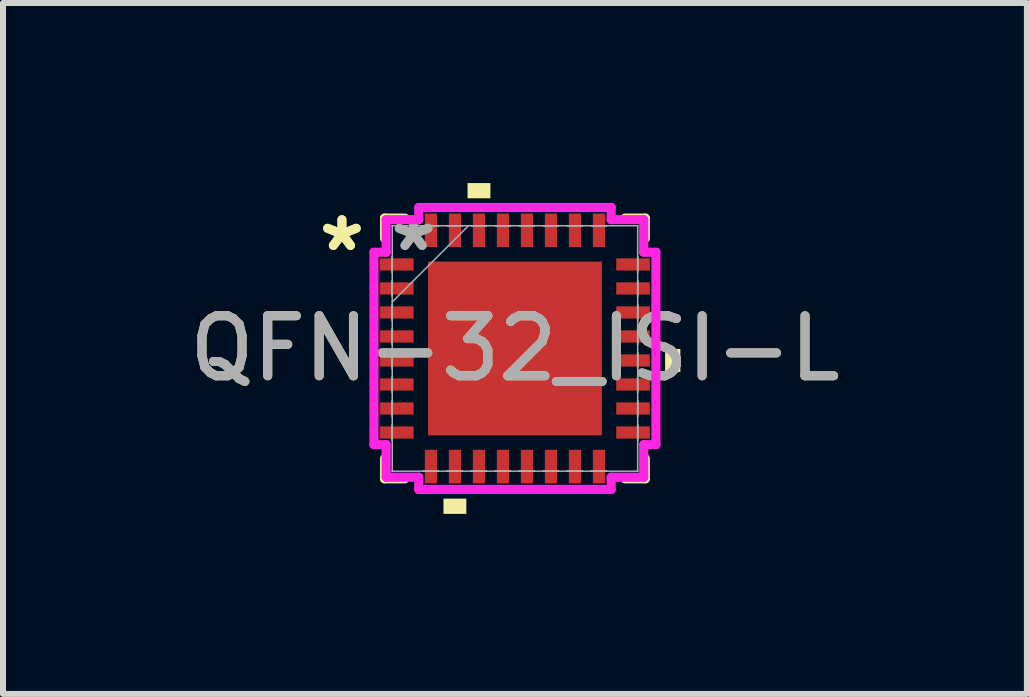
<source format=kicad_pcb>
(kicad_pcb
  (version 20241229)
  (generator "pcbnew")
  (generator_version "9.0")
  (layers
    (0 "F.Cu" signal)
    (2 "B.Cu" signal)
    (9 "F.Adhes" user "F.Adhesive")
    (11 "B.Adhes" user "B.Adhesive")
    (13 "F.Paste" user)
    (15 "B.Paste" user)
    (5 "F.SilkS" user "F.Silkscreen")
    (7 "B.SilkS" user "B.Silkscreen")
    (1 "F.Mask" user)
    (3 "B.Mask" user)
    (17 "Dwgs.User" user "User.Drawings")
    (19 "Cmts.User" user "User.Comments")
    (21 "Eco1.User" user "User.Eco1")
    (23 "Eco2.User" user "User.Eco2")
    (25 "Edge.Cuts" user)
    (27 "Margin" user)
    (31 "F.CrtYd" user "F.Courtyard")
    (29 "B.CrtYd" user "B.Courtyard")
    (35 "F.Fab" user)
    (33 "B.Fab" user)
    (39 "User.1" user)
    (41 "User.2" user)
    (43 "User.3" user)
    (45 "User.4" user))
  (footprint "QFN-32_ISI-L"
    (layer "F.Cu")
    (at 5.53 2.756)
    (property "Reference" "QFN-32_ISI-L" (at 0 0 0) (unlocked yes) (layer "F.SilkS") (effects (font (size 1 1) (thickness 0.15))))
    (attr smd)
    (fp_line (start -2.172 -2.172) (end -2.172 -1.834) (stroke (width 0.152) (type solid)) (layer "F.SilkS"))
    (fp_line (start -2.172 1.834) (end -2.172 2.172) (stroke (width 0.152) (type solid)) (layer "F.SilkS"))
    (fp_line (start -2.172 2.172) (end -1.834 2.172) (stroke (width 0.152) (type solid)) (layer "F.SilkS"))
    (fp_line (start -1.834 -2.172) (end -2.172 -2.172) (stroke (width 0.152) (type solid)) (layer "F.SilkS"))
    (fp_line (start 1.834 2.172) (end 2.172 2.172) (stroke (width 0.152) (type solid)) (layer "F.SilkS"))
    (fp_line (start 2.172 -2.172) (end 1.834 -2.172) (stroke (width 0.152) (type solid)) (layer "F.SilkS"))
    (fp_line (start 2.172 -1.834) (end 2.172 -2.172) (stroke (width 0.152) (type solid)) (layer "F.SilkS"))
    (fp_line (start 2.172 2.172) (end 2.172 1.834) (stroke (width 0.152) (type solid)) (layer "F.SilkS"))
    (fp_poly (pts (xy -1.191 2.502) (xy -1.191 2.756) (xy -0.81 2.756) (xy -0.81 2.502)) (stroke (width 0) (type solid)) (fill yes) (layer "F.SilkS"))
    (fp_poly (pts (xy -0.79 -2.502) (xy -0.79 -2.756) (xy -0.409 -2.756) (xy -0.409 -2.502)) (stroke (width 0) (type solid)) (fill yes) (layer "F.SilkS"))
    (fp_poly (pts (xy 2.756 0.009) (xy 2.756 0.391) (xy 2.502 0.391) (xy 2.502 0.009)) (stroke (width 0) (type solid)) (fill yes) (layer "F.SilkS"))
    (fp_poly (pts (xy -1.348 -1.348) (xy -1.348 -0.1) (xy -0.1 -0.1) (xy -0.1 -1.348)) (stroke (width 0) (type solid)) (fill yes) (layer "F.Paste"))
    (fp_poly (pts (xy -1.348 0.1) (xy -1.348 1.348) (xy -0.1 1.348) (xy -0.1 0.1)) (stroke (width 0) (type solid)) (fill yes) (layer "F.Paste"))
    (fp_poly (pts (xy 0.1 -1.348) (xy 0.1 -0.1) (xy 1.348 -0.1) (xy 1.348 -1.348)) (stroke (width 0) (type solid)) (fill yes) (layer "F.Paste"))
    (fp_poly (pts (xy 0.1 0.1) (xy 0.1 1.348) (xy 1.348 1.348) (xy 1.348 0.1)) (stroke (width 0) (type solid)) (fill yes) (layer "F.Paste"))
    (fp_line (start -2.349 -1.603) (end -2.146 -1.603) (stroke (width 0.152) (type solid)) (layer "F.CrtYd"))
    (fp_line (start -2.349 1.603) (end -2.349 -1.603) (stroke (width 0.152) (type solid)) (layer "F.CrtYd"))
    (fp_line (start -2.146 -2.146) (end -1.603 -2.146) (stroke (width 0.152) (type solid)) (layer "F.CrtYd"))
    (fp_line (start -2.146 -1.603) (end -2.146 -2.146) (stroke (width 0.152) (type solid)) (layer "F.CrtYd"))
    (fp_line (start -2.146 1.603) (end -2.349 1.603) (stroke (width 0.152) (type solid)) (layer "F.CrtYd"))
    (fp_line (start -2.146 2.146) (end -2.146 1.603) (stroke (width 0.152) (type solid)) (layer "F.CrtYd"))
    (fp_line (start -1.603 -2.349) (end 1.603 -2.349) (stroke (width 0.152) (type solid)) (layer "F.CrtYd"))
    (fp_line (start -1.603 -2.146) (end -1.603 -2.349) (stroke (width 0.152) (type solid)) (layer "F.CrtYd"))
    (fp_line (start -1.603 2.146) (end -2.146 2.146) (stroke (width 0.152) (type solid)) (layer "F.CrtYd"))
    (fp_line (start -1.603 2.349) (end -1.603 2.146) (stroke (width 0.152) (type solid)) (layer "F.CrtYd"))
    (fp_line (start 1.603 -2.349) (end 1.603 -2.146) (stroke (width 0.152) (type solid)) (layer "F.CrtYd"))
    (fp_line (start 1.603 -2.146) (end 2.146 -2.146) (stroke (width 0.152) (type solid)) (layer "F.CrtYd"))
    (fp_line (start 1.603 2.146) (end 1.603 2.349) (stroke (width 0.152) (type solid)) (layer "F.CrtYd"))
    (fp_line (start 1.603 2.349) (end -1.603 2.349) (stroke (width 0.152) (type solid)) (layer "F.CrtYd"))
    (fp_line (start 2.146 -2.146) (end 2.146 -1.603) (stroke (width 0.152) (type solid)) (layer "F.CrtYd"))
    (fp_line (start 2.146 -1.603) (end 2.349 -1.603) (stroke (width 0.152) (type solid)) (layer "F.CrtYd"))
    (fp_line (start 2.146 1.603) (end 2.146 2.146) (stroke (width 0.152) (type solid)) (layer "F.CrtYd"))
    (fp_line (start 2.146 2.146) (end 1.603 2.146) (stroke (width 0.152) (type solid)) (layer "F.CrtYd"))
    (fp_line (start 2.349 -1.603) (end 2.349 1.603) (stroke (width 0.152) (type solid)) (layer "F.CrtYd"))
    (fp_line (start 2.349 1.603) (end 2.146 1.603) (stroke (width 0.152) (type solid)) (layer "F.CrtYd"))
    (fp_line (start -2.045 -2.045) (end -2.045 -2.045) (stroke (width 0.025) (type solid)) (layer "F.Fab"))
    (fp_line (start -2.045 -2.045) (end -2.045 2.045) (stroke (width 0.025) (type solid)) (layer "F.Fab"))
    (fp_line (start -2.045 -1.527) (end -2.045 -1.527) (stroke (width 0.025) (type solid)) (layer "F.Fab"))
    (fp_line (start -2.045 -1.527) (end -2.045 -1.273) (stroke (width 0.025) (type solid)) (layer "F.Fab"))
    (fp_line (start -2.045 -1.273) (end -2.045 -1.527) (stroke (width 0.025) (type solid)) (layer "F.Fab"))
    (fp_line (start -2.045 -1.273) (end -2.045 -1.273) (stroke (width 0.025) (type solid)) (layer "F.Fab"))
    (fp_line (start -2.045 -1.127) (end -2.045 -1.127) (stroke (width 0.025) (type solid)) (layer "F.Fab"))
    (fp_line (start -2.045 -1.127) (end -2.045 -0.873) (stroke (width 0.025) (type solid)) (layer "F.Fab"))
    (fp_line (start -2.045 -0.873) (end -2.045 -1.127) (stroke (width 0.025) (type solid)) (layer "F.Fab"))
    (fp_line (start -2.045 -0.873) (end -2.045 -0.873) (stroke (width 0.025) (type solid)) (layer "F.Fab"))
    (fp_line (start -2.045 -0.775) (end -0.775 -2.045) (stroke (width 0.025) (type solid)) (layer "F.Fab"))
    (fp_line (start -2.045 -0.727) (end -2.045 -0.727) (stroke (width 0.025) (type solid)) (layer "F.Fab"))
    (fp_line (start -2.045 -0.727) (end -2.045 -0.473) (stroke (width 0.025) (type solid)) (layer "F.Fab"))
    (fp_line (start -2.045 -0.473) (end -2.045 -0.727) (stroke (width 0.025) (type solid)) (layer "F.Fab"))
    (fp_line (start -2.045 -0.473) (end -2.045 -0.473) (stroke (width 0.025) (type solid)) (layer "F.Fab"))
    (fp_line (start -2.045 -0.327) (end -2.045 -0.327) (stroke (width 0.025) (type solid)) (layer "F.Fab"))
    (fp_line (start -2.045 -0.327) (end -2.045 -0.073) (stroke (width 0.025) (type solid)) (layer "F.Fab"))
    (fp_line (start -2.045 -0.073) (end -2.045 -0.327) (stroke (width 0.025) (type solid)) (layer "F.Fab"))
    (fp_line (start -2.045 -0.073) (end -2.045 -0.073) (stroke (width 0.025) (type solid)) (layer "F.Fab"))
    (fp_line (start -2.045 0.073) (end -2.045 0.073) (stroke (width 0.025) (type solid)) (layer "F.Fab"))
    (fp_line (start -2.045 0.073) (end -2.045 0.327) (stroke (width 0.025) (type solid)) (layer "F.Fab"))
    (fp_line (start -2.045 0.327) (end -2.045 0.073) (stroke (width 0.025) (type solid)) (layer "F.Fab"))
    (fp_line (start -2.045 0.327) (end -2.045 0.327) (stroke (width 0.025) (type solid)) (layer "F.Fab"))
    (fp_line (start -2.045 0.473) (end -2.045 0.473) (stroke (width 0.025) (type solid)) (layer "F.Fab"))
    (fp_line (start -2.045 0.473) (end -2.045 0.727) (stroke (width 0.025) (type solid)) (layer "F.Fab"))
    (fp_line (start -2.045 0.727) (end -2.045 0.473) (stroke (width 0.025) (type solid)) (layer "F.Fab"))
    (fp_line (start -2.045 0.727) (end -2.045 0.727) (stroke (width 0.025) (type solid)) (layer "F.Fab"))
    (fp_line (start -2.045 0.873) (end -2.045 0.873) (stroke (width 0.025) (type solid)) (layer "F.Fab"))
    (fp_line (start -2.045 0.873) (end -2.045 1.127) (stroke (width 0.025) (type solid)) (layer "F.Fab"))
    (fp_line (start -2.045 1.127) (end -2.045 0.873) (stroke (width 0.025) (type solid)) (layer "F.Fab"))
    (fp_line (start -2.045 1.127) (end -2.045 1.127) (stroke (width 0.025) (type solid)) (layer "F.Fab"))
    (fp_line (start -2.045 1.273) (end -2.045 1.273) (stroke (width 0.025) (type solid)) (layer "F.Fab"))
    (fp_line (start -2.045 1.273) (end -2.045 1.527) (stroke (width 0.025) (type solid)) (layer "F.Fab"))
    (fp_line (start -2.045 1.527) (end -2.045 1.273) (stroke (width 0.025) (type solid)) (layer "F.Fab"))
    (fp_line (start -2.045 1.527) (end -2.045 1.527) (stroke (width 0.025) (type solid)) (layer "F.Fab"))
    (fp_line (start -2.045 2.045) (end -2.045 2.045) (stroke (width 0.025) (type solid)) (layer "F.Fab"))
    (fp_line (start -2.045 2.045) (end 2.045 2.045) (stroke (width 0.025) (type solid)) (layer "F.Fab"))
    (fp_line (start -1.527 -2.045) (end -1.527 -2.045) (stroke (width 0.025) (type solid)) (layer "F.Fab"))
    (fp_line (start -1.527 -2.045) (end -1.273 -2.045) (stroke (width 0.025) (type solid)) (layer "F.Fab"))
    (fp_line (start -1.527 2.045) (end -1.527 2.045) (stroke (width 0.025) (type solid)) (layer "F.Fab"))
    (fp_line (start -1.527 2.045) (end -1.273 2.045) (stroke (width 0.025) (type solid)) (layer "F.Fab"))
    (fp_line (start -1.273 -2.045) (end -1.527 -2.045) (stroke (width 0.025) (type solid)) (layer "F.Fab"))
    (fp_line (start -1.273 -2.045) (end -1.273 -2.045) (stroke (width 0.025) (type solid)) (layer "F.Fab"))
    (fp_line (start -1.273 2.045) (end -1.527 2.045) (stroke (width 0.025) (type solid)) (layer "F.Fab"))
    (fp_line (start -1.273 2.045) (end -1.273 2.045) (stroke (width 0.025) (type solid)) (layer "F.Fab"))
    (fp_line (start -1.127 -2.045) (end -1.127 -2.045) (stroke (width 0.025) (type solid)) (layer "F.Fab"))
    (fp_line (start -1.127 -2.045) (end -0.873 -2.045) (stroke (width 0.025) (type solid)) (layer "F.Fab"))
    (fp_line (start -1.127 2.045) (end -1.127 2.045) (stroke (width 0.025) (type solid)) (layer "F.Fab"))
    (fp_line (start -1.127 2.045) (end -0.873 2.045) (stroke (width 0.025) (type solid)) (layer "F.Fab"))
    (fp_line (start -0.873 -2.045) (end -1.127 -2.045) (stroke (width 0.025) (type solid)) (layer "F.Fab"))
    (fp_line (start -0.873 -2.045) (end -0.873 -2.045) (stroke (width 0.025) (type solid)) (layer "F.Fab"))
    (fp_line (start -0.873 2.045) (end -1.127 2.045) (stroke (width 0.025) (type solid)) (layer "F.Fab"))
    (fp_line (start -0.873 2.045) (end -0.873 2.045) (stroke (width 0.025) (type solid)) (layer "F.Fab"))
    (fp_line (start -0.727 -2.045) (end -0.727 -2.045) (stroke (width 0.025) (type solid)) (layer "F.Fab"))
    (fp_line (start -0.727 -2.045) (end -0.473 -2.045) (stroke (width 0.025) (type solid)) (layer "F.Fab"))
    (fp_line (start -0.727 2.045) (end -0.727 2.045) (stroke (width 0.025) (type solid)) (layer "F.Fab"))
    (fp_line (start -0.727 2.045) (end -0.473 2.045) (stroke (width 0.025) (type solid)) (layer "F.Fab"))
    (fp_line (start -0.473 -2.045) (end -0.727 -2.045) (stroke (width 0.025) (type solid)) (layer "F.Fab"))
    (fp_line (start -0.473 -2.045) (end -0.473 -2.045) (stroke (width 0.025) (type solid)) (layer "F.Fab"))
    (fp_line (start -0.473 2.045) (end -0.727 2.045) (stroke (width 0.025) (type solid)) (layer "F.Fab"))
    (fp_line (start -0.473 2.045) (end -0.473 2.045) (stroke (width 0.025) (type solid)) (layer "F.Fab"))
    (fp_line (start -0.327 -2.045) (end -0.327 -2.045) (stroke (width 0.025) (type solid)) (layer "F.Fab"))
    (fp_line (start -0.327 -2.045) (end -0.073 -2.045) (stroke (width 0.025) (type solid)) (layer "F.Fab"))
    (fp_line (start -0.327 2.045) (end -0.327 2.045) (stroke (width 0.025) (type solid)) (layer "F.Fab"))
    (fp_line (start -0.327 2.045) (end -0.073 2.045) (stroke (width 0.025) (type solid)) (layer "F.Fab"))
    (fp_line (start -0.073 -2.045) (end -0.327 -2.045) (stroke (width 0.025) (type solid)) (layer "F.Fab"))
    (fp_line (start -0.073 -2.045) (end -0.073 -2.045) (stroke (width 0.025) (type solid)) (layer "F.Fab"))
    (fp_line (start -0.073 2.045) (end -0.327 2.045) (stroke (width 0.025) (type solid)) (layer "F.Fab"))
    (fp_line (start -0.073 2.045) (end -0.073 2.045) (stroke (width 0.025) (type solid)) (layer "F.Fab"))
    (fp_line (start 0.073 -2.045) (end 0.073 -2.045) (stroke (width 0.025) (type solid)) (layer "F.Fab"))
    (fp_line (start 0.073 -2.045) (end 0.327 -2.045) (stroke (width 0.025) (type solid)) (layer "F.Fab"))
    (fp_line (start 0.073 2.045) (end 0.073 2.045) (stroke (width 0.025) (type solid)) (layer "F.Fab"))
    (fp_line (start 0.073 2.045) (end 0.327 2.045) (stroke (width 0.025) (type solid)) (layer "F.Fab"))
    (fp_line (start 0.327 -2.045) (end 0.073 -2.045) (stroke (width 0.025) (type solid)) (layer "F.Fab"))
    (fp_line (start 0.327 -2.045) (end 0.327 -2.045) (stroke (width 0.025) (type solid)) (layer "F.Fab"))
    (fp_line (start 0.327 2.045) (end 0.073 2.045) (stroke (width 0.025) (type solid)) (layer "F.Fab"))
    (fp_line (start 0.327 2.045) (end 0.327 2.045) (stroke (width 0.025) (type solid)) (layer "F.Fab"))
    (fp_line (start 0.473 -2.045) (end 0.473 -2.045) (stroke (width 0.025) (type solid)) (layer "F.Fab"))
    (fp_line (start 0.473 -2.045) (end 0.727 -2.045) (stroke (width 0.025) (type solid)) (layer "F.Fab"))
    (fp_line (start 0.473 2.045) (end 0.473 2.045) (stroke (width 0.025) (type solid)) (layer "F.Fab"))
    (fp_line (start 0.473 2.045) (end 0.727 2.045) (stroke (width 0.025) (type solid)) (layer "F.Fab"))
    (fp_line (start 0.727 -2.045) (end 0.473 -2.045) (stroke (width 0.025) (type solid)) (layer "F.Fab"))
    (fp_line (start 0.727 -2.045) (end 0.727 -2.045) (stroke (width 0.025) (type solid)) (layer "F.Fab"))
    (fp_line (start 0.727 2.045) (end 0.473 2.045) (stroke (width 0.025) (type solid)) (layer "F.Fab"))
    (fp_line (start 0.727 2.045) (end 0.727 2.045) (stroke (width 0.025) (type solid)) (layer "F.Fab"))
    (fp_line (start 0.873 -2.045) (end 0.873 -2.045) (stroke (width 0.025) (type solid)) (layer "F.Fab"))
    (fp_line (start 0.873 -2.045) (end 1.127 -2.045) (stroke (width 0.025) (type solid)) (layer "F.Fab"))
    (fp_line (start 0.873 2.045) (end 0.873 2.045) (stroke (width 0.025) (type solid)) (layer "F.Fab"))
    (fp_line (start 0.873 2.045) (end 1.127 2.045) (stroke (width 0.025) (type solid)) (layer "F.Fab"))
    (fp_line (start 1.127 -2.045) (end 0.873 -2.045) (stroke (width 0.025) (type solid)) (layer "F.Fab"))
    (fp_line (start 1.127 -2.045) (end 1.127 -2.045) (stroke (width 0.025) (type solid)) (layer "F.Fab"))
    (fp_line (start 1.127 2.045) (end 0.873 2.045) (stroke (width 0.025) (type solid)) (layer "F.Fab"))
    (fp_line (start 1.127 2.045) (end 1.127 2.045) (stroke (width 0.025) (type solid)) (layer "F.Fab"))
    (fp_line (start 1.273 -2.045) (end 1.273 -2.045) (stroke (width 0.025) (type solid)) (layer "F.Fab"))
    (fp_line (start 1.273 -2.045) (end 1.527 -2.045) (stroke (width 0.025) (type solid)) (layer "F.Fab"))
    (fp_line (start 1.273 2.045) (end 1.273 2.045) (stroke (width 0.025) (type solid)) (layer "F.Fab"))
    (fp_line (start 1.273 2.045) (end 1.527 2.045) (stroke (width 0.025) (type solid)) (layer "F.Fab"))
    (fp_line (start 1.527 -2.045) (end 1.273 -2.045) (stroke (width 0.025) (type solid)) (layer "F.Fab"))
    (fp_line (start 1.527 -2.045) (end 1.527 -2.045) (stroke (width 0.025) (type solid)) (layer "F.Fab"))
    (fp_line (start 1.527 2.045) (end 1.273 2.045) (stroke (width 0.025) (type solid)) (layer "F.Fab"))
    (fp_line (start 1.527 2.045) (end 1.527 2.045) (stroke (width 0.025) (type solid)) (layer "F.Fab"))
    (fp_line (start 2.045 -2.045) (end -2.045 -2.045) (stroke (width 0.025) (type solid)) (layer "F.Fab"))
    (fp_line (start 2.045 -2.045) (end 2.045 -2.045) (stroke (width 0.025) (type solid)) (layer "F.Fab"))
    (fp_line (start 2.045 -1.527) (end 2.045 -1.527) (stroke (width 0.025) (type solid)) (layer "F.Fab"))
    (fp_line (start 2.045 -1.527) (end 2.045 -1.273) (stroke (width 0.025) (type solid)) (layer "F.Fab"))
    (fp_line (start 2.045 -1.273) (end 2.045 -1.527) (stroke (width 0.025) (type solid)) (layer "F.Fab"))
    (fp_line (start 2.045 -1.273) (end 2.045 -1.273) (stroke (width 0.025) (type solid)) (layer "F.Fab"))
    (fp_line (start 2.045 -1.127) (end 2.045 -1.127) (stroke (width 0.025) (type solid)) (layer "F.Fab"))
    (fp_line (start 2.045 -1.127) (end 2.045 -0.873) (stroke (width 0.025) (type solid)) (layer "F.Fab"))
    (fp_line (start 2.045 -0.873) (end 2.045 -1.127) (stroke (width 0.025) (type solid)) (layer "F.Fab"))
    (fp_line (start 2.045 -0.873) (end 2.045 -0.873) (stroke (width 0.025) (type solid)) (layer "F.Fab"))
    (fp_line (start 2.045 -0.727) (end 2.045 -0.727) (stroke (width 0.025) (type solid)) (layer "F.Fab"))
    (fp_line (start 2.045 -0.727) (end 2.045 -0.473) (stroke (width 0.025) (type solid)) (layer "F.Fab"))
    (fp_line (start 2.045 -0.473) (end 2.045 -0.727) (stroke (width 0.025) (type solid)) (layer "F.Fab"))
    (fp_line (start 2.045 -0.473) (end 2.045 -0.473) (stroke (width 0.025) (type solid)) (layer "F.Fab"))
    (fp_line (start 2.045 -0.327) (end 2.045 -0.327) (stroke (width 0.025) (type solid)) (layer "F.Fab"))
    (fp_line (start 2.045 -0.327) (end 2.045 -0.073) (stroke (width 0.025) (type solid)) (layer "F.Fab"))
    (fp_line (start 2.045 -0.073) (end 2.045 -0.327) (stroke (width 0.025) (type solid)) (layer "F.Fab"))
    (fp_line (start 2.045 -0.073) (end 2.045 -0.073) (stroke (width 0.025) (type solid)) (layer "F.Fab"))
    (fp_line (start 2.045 0.073) (end 2.045 0.073) (stroke (width 0.025) (type solid)) (layer "F.Fab"))
    (fp_line (start 2.045 0.073) (end 2.045 0.327) (stroke (width 0.025) (type solid)) (layer "F.Fab"))
    (fp_line (start 2.045 0.327) (end 2.045 0.073) (stroke (width 0.025) (type solid)) (layer "F.Fab"))
    (fp_line (start 2.045 0.327) (end 2.045 0.327) (stroke (width 0.025) (type solid)) (layer "F.Fab"))
    (fp_line (start 2.045 0.473) (end 2.045 0.473) (stroke (width 0.025) (type solid)) (layer "F.Fab"))
    (fp_line (start 2.045 0.473) (end 2.045 0.727) (stroke (width 0.025) (type solid)) (layer "F.Fab"))
    (fp_line (start 2.045 0.727) (end 2.045 0.473) (stroke (width 0.025) (type solid)) (layer "F.Fab"))
    (fp_line (start 2.045 0.727) (end 2.045 0.727) (stroke (width 0.025) (type solid)) (layer "F.Fab"))
    (fp_line (start 2.045 0.873) (end 2.045 0.873) (stroke (width 0.025) (type solid)) (layer "F.Fab"))
    (fp_line (start 2.045 0.873) (end 2.045 1.127) (stroke (width 0.025) (type solid)) (layer "F.Fab"))
    (fp_line (start 2.045 1.127) (end 2.045 0.873) (stroke (width 0.025) (type solid)) (layer "F.Fab"))
    (fp_line (start 2.045 1.127) (end 2.045 1.127) (stroke (width 0.025) (type solid)) (layer "F.Fab"))
    (fp_line (start 2.045 1.273) (end 2.045 1.273) (stroke (width 0.025) (type solid)) (layer "F.Fab"))
    (fp_line (start 2.045 1.273) (end 2.045 1.527) (stroke (width 0.025) (type solid)) (layer "F.Fab"))
    (fp_line (start 2.045 1.527) (end 2.045 1.273) (stroke (width 0.025) (type solid)) (layer "F.Fab"))
    (fp_line (start 2.045 1.527) (end 2.045 1.527) (stroke (width 0.025) (type solid)) (layer "F.Fab"))
    (fp_line (start 2.045 2.045) (end 2.045 -2.045) (stroke (width 0.025) (type solid)) (layer "F.Fab"))
    (fp_line (start 2.045 2.045) (end 2.045 2.045) (stroke (width 0.025) (type solid)) (layer "F.Fab"))
    (fp_text user "*" (at -2.883 -1.6 0) (unlocked yes) (layer "F.SilkS") (effects (font (size 1 1) (thickness 0.15))))
    (fp_text user "*" (at -2.883 -1.6 0) (layer "F.SilkS") (effects (font (size 1 1) (thickness 0.15))))
    (fp_text user "${REFERENCE}" (at 0 0 0) (unlocked yes) (layer "F.Fab") (effects (font (size 1 1) (thickness 0.15))))
    (fp_text user "*" (at -1.689 -1.6 0) (layer "F.Fab") (effects (font (size 1 1) (thickness 0.15))))
    (fp_text user "*" (at -1.689 -1.6 0) (unlocked yes) (layer "F.Fab") (effects (font (size 1 1) (thickness 0.15))))
    (pad "1" smd rect (at -1.968 -1.4 90) (size 0.203 0.559) (layers "F.Cu" "F.Mask" "F.Paste"))
    (pad "2" smd rect (at -1.968 -1 90) (size 0.203 0.559) (layers "F.Cu" "F.Mask" "F.Paste"))
    (pad "3" smd rect (at -1.968 -0.6 90) (size 0.203 0.559) (layers "F.Cu" "F.Mask" "F.Paste"))
    (pad "4" smd rect (at -1.968 -0.2 90) (size 0.203 0.559) (layers "F.Cu" "F.Mask" "F.Paste"))
    (pad "5" smd rect (at -1.968 0.2 90) (size 0.203 0.559) (layers "F.Cu" "F.Mask" "F.Paste"))
    (pad "6" smd rect (at -1.968 0.6 90) (size 0.203 0.559) (layers "F.Cu" "F.Mask" "F.Paste"))
    (pad "7" smd rect (at -1.968 1 90) (size 0.203 0.559) (layers "F.Cu" "F.Mask" "F.Paste"))
    (pad "8" smd rect (at -1.968 1.4 90) (size 0.203 0.559) (layers "F.Cu" "F.Mask" "F.Paste"))
    (pad "9" smd rect (at -1.4 1.968) (size 0.203 0.559) (layers "F.Cu" "F.Mask" "F.Paste"))
    (pad "10" smd rect (at -1 1.968) (size 0.203 0.559) (layers "F.Cu" "F.Mask" "F.Paste"))
    (pad "11" smd rect (at -0.6 1.968) (size 0.203 0.559) (layers "F.Cu" "F.Mask" "F.Paste"))
    (pad "12" smd rect (at -0.2 1.968) (size 0.203 0.559) (layers "F.Cu" "F.Mask" "F.Paste"))
    (pad "13" smd rect (at 0.2 1.968) (size 0.203 0.559) (layers "F.Cu" "F.Mask" "F.Paste"))
    (pad "14" smd rect (at 0.6 1.968) (size 0.203 0.559) (layers "F.Cu" "F.Mask" "F.Paste"))
    (pad "15" smd rect (at 1 1.968) (size 0.203 0.559) (layers "F.Cu" "F.Mask" "F.Paste"))
    (pad "16" smd rect (at 1.4 1.968) (size 0.203 0.559) (layers "F.Cu" "F.Mask" "F.Paste"))
    (pad "17" smd rect (at 1.968 1.4 90) (size 0.203 0.559) (layers "F.Cu" "F.Mask" "F.Paste"))
    (pad "18" smd rect (at 1.968 1 90) (size 0.203 0.559) (layers "F.Cu" "F.Mask" "F.Paste"))
    (pad "19" smd rect (at 1.968 0.6 90) (size 0.203 0.559) (layers "F.Cu" "F.Mask" "F.Paste"))
    (pad "20" smd rect (at 1.968 0.2 90) (size 0.203 0.559) (layers "F.Cu" "F.Mask" "F.Paste"))
    (pad "21" smd rect (at 1.968 -0.2 90) (size 0.203 0.559) (layers "F.Cu" "F.Mask" "F.Paste"))
    (pad "22" smd rect (at 1.968 -0.6 90) (size 0.203 0.559) (layers "F.Cu" "F.Mask" "F.Paste"))
    (pad "23" smd rect (at 1.968 -1 90) (size 0.203 0.559) (layers "F.Cu" "F.Mask" "F.Paste"))
    (pad "24" smd rect (at 1.968 -1.4 90) (size 0.203 0.559) (layers "F.Cu" "F.Mask" "F.Paste"))
    (pad "25" smd rect (at 1.4 -1.968) (size 0.203 0.559) (layers "F.Cu" "F.Mask" "F.Paste"))
    (pad "26" smd rect (at 1 -1.968) (size 0.203 0.559) (layers "F.Cu" "F.Mask" "F.Paste"))
    (pad "27" smd rect (at 0.6 -1.968) (size 0.203 0.559) (layers "F.Cu" "F.Mask" "F.Paste"))
    (pad "28" smd rect (at 0.2 -1.968) (size 0.203 0.559) (layers "F.Cu" "F.Mask" "F.Paste"))
    (pad "29" smd rect (at -0.2 -1.968) (size 0.203 0.559) (layers "F.Cu" "F.Mask" "F.Paste"))
    (pad "30" smd rect (at -0.6 -1.968) (size 0.203 0.559) (layers "F.Cu" "F.Mask" "F.Paste"))
    (pad "31" smd rect (at -1 -1.968) (size 0.203 0.559) (layers "F.Cu" "F.Mask" "F.Paste"))
    (pad "32" smd rect (at -1.4 -1.968) (size 0.203 0.559) (layers "F.Cu" "F.Mask" "F.Paste"))
    (pad "33" smd rect (at 0 0) (size 2.896 2.896) (layers "F.Cu" "F.Mask" "F.Paste")))
  (gr_rect
    (start -3 -3)
    (end 14.06 8.512)
    (stroke (width 0.1) (type default))
    (fill no)
    (layer "Edge.Cuts")))
</source>
